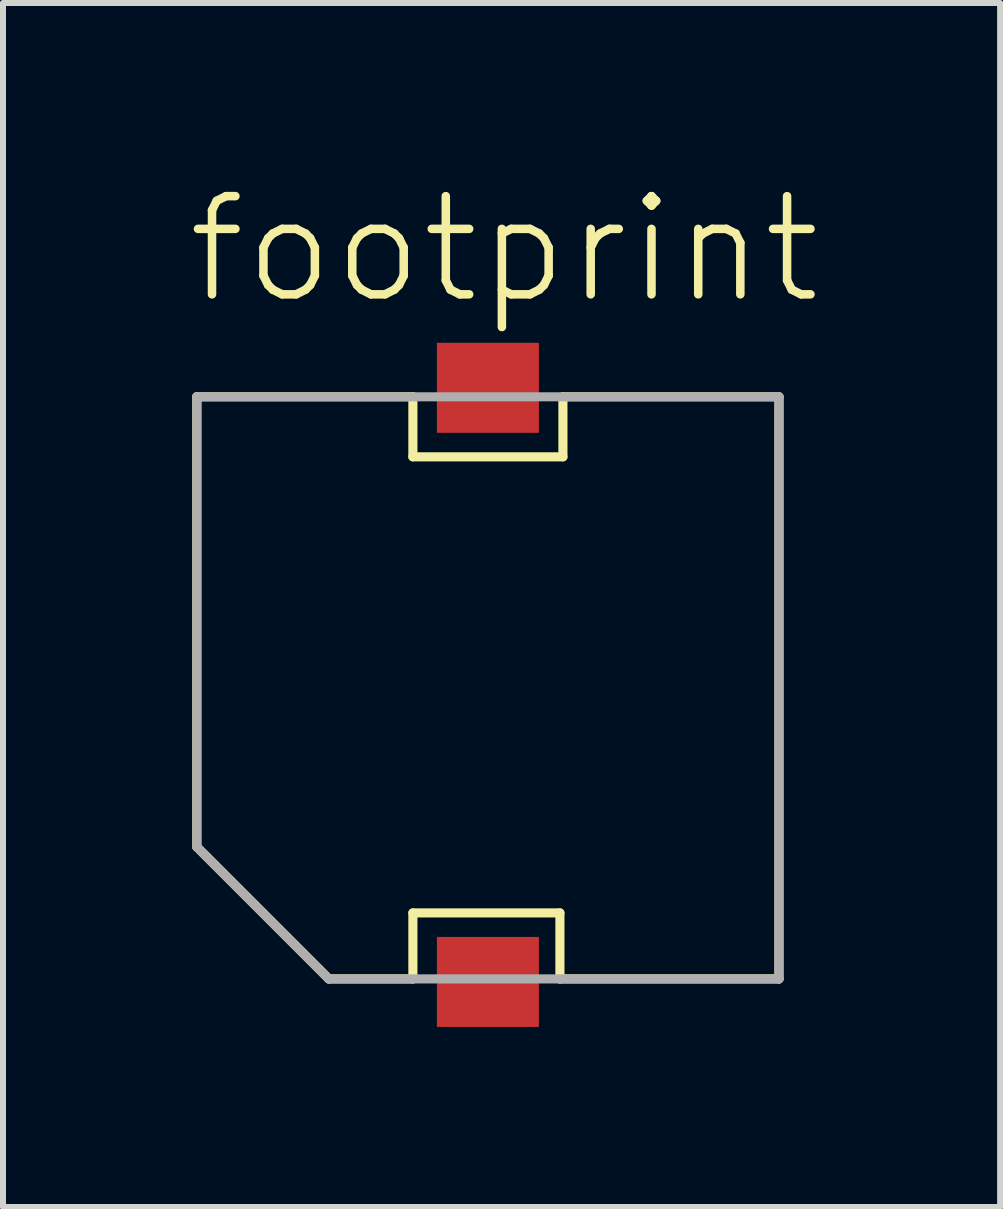
<source format=kicad_pcb>
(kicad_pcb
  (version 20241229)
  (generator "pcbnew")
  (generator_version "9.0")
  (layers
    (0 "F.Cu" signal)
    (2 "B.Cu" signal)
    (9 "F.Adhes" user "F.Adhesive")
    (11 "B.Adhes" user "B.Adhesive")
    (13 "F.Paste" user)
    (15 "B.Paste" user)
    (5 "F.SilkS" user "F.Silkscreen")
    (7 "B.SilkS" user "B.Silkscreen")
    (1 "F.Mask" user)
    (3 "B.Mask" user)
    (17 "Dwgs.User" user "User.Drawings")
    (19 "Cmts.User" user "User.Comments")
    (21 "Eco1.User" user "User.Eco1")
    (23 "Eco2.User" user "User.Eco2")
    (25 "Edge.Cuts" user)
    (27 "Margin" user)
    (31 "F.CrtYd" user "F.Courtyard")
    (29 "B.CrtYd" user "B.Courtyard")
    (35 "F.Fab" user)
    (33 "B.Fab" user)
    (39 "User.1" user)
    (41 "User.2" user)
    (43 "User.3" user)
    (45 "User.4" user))
  (footprint "footprint"
    (layer "F.Cu")
    (at 5.08 8.412)
    (property "Reference" "footprint" (at -5.08 -6.35 0) (layer "F.SilkS") (effects (font (size 1.636 1.636) (thickness 0.142)) (justify left bottom)))
    (fp_line (start -4.85 -4.85) (end -4.85 2.65) (stroke (width 0.152) (type solid)) (layer "F.SilkS"))
    (fp_line (start -4.85 -4.85) (end -1.25 -4.85) (stroke (width 0.152) (type solid)) (layer "F.SilkS"))
    (fp_line (start -4.85 2.65) (end -2.65 4.85) (stroke (width 0.152) (type solid)) (layer "F.SilkS"))
    (fp_line (start -2.65 4.85) (end -1.25 4.85) (stroke (width 0.152) (type solid)) (layer "F.SilkS"))
    (fp_line (start -1.25 -4.85) (end -1.25 -3.85) (stroke (width 0.152) (type solid)) (layer "F.SilkS"))
    (fp_line (start -1.25 -3.85) (end 1.25 -3.85) (stroke (width 0.152) (type solid)) (layer "F.SilkS"))
    (fp_line (start -1.25 3.75) (end 1.2 3.75) (stroke (width 0.152) (type solid)) (layer "F.SilkS"))
    (fp_line (start -1.25 4.85) (end -1.25 3.75) (stroke (width 0.152) (type solid)) (layer "F.SilkS"))
    (fp_line (start 1.2 3.75) (end 1.2 4.85) (stroke (width 0.152) (type solid)) (layer "F.SilkS"))
    (fp_line (start 1.25 -3.85) (end 1.25 -4.85) (stroke (width 0.152) (type solid)) (layer "F.SilkS"))
    (fp_line (start 4.85 -4.85) (end 1.25 -4.85) (stroke (width 0.152) (type solid)) (layer "F.SilkS"))
    (fp_line (start 4.85 -4.85) (end 4.85 4.85) (stroke (width 0.152) (type solid)) (layer "F.SilkS"))
    (fp_line (start 4.85 4.85) (end 1.2 4.85) (stroke (width 0.152) (type solid)) (layer "F.SilkS"))
    (fp_line (start -4.85 -4.85) (end 4.85 -4.85) (stroke (width 0.152) (type solid)) (layer "F.Fab"))
    (fp_line (start -4.85 2.65) (end -4.85 -4.85) (stroke (width 0.152) (type solid)) (layer "F.Fab"))
    (fp_line (start -4.85 2.65) (end -2.65 4.85) (stroke (width 0.152) (type solid)) (layer "F.Fab"))
    (fp_line (start 4.85 -4.85) (end 4.85 4.85) (stroke (width 0.152) (type solid)) (layer "F.Fab"))
    (fp_line (start 4.85 4.85) (end -2.65 4.85) (stroke (width 0.152) (type solid)) (layer "F.Fab"))
    (pad "+" smd rect (at 0 -5 90) (size 1.5 1.7) (layers "F.Cu" "F.Mask" "F.Paste"))
    (pad "-" smd rect (at 0 4.9 90) (size 1.5 1.7) (layers "F.Cu" "F.Mask" "F.Paste")))
  (gr_rect
    (start -3 -3)
    (end 13.615 17.062)
    (stroke (width 0.1) (type default))
    (fill no)
    (layer "Edge.Cuts")))
</source>
